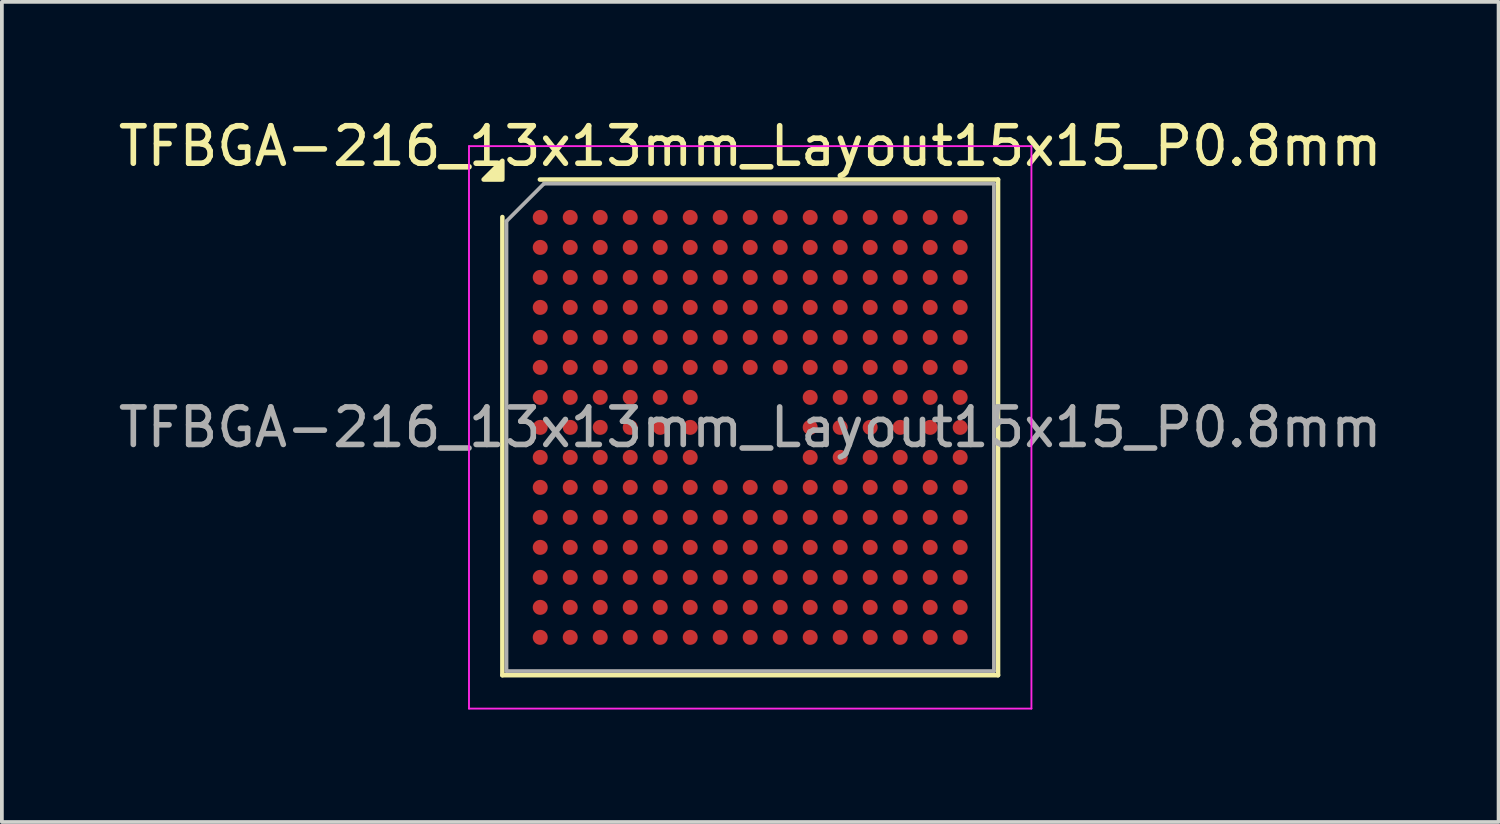
<source format=kicad_pcb>
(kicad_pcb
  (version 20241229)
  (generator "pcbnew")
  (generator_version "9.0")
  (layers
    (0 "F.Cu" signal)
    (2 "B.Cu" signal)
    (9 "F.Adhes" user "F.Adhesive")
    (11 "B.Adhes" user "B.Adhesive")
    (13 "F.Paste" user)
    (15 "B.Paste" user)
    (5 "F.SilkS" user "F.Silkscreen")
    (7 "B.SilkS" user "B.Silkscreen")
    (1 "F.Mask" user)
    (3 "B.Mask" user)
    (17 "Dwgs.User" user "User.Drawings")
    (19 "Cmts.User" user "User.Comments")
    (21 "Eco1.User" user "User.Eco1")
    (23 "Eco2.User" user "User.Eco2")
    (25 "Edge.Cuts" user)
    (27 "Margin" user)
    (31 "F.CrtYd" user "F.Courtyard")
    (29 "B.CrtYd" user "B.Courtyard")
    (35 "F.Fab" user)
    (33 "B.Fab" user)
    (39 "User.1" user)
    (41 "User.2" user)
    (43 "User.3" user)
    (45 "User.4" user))
  (footprint "TFBGA-216_13x13mm_Layout15x15_P0.8mm"
    (layer "F.Cu")
    (at 16.958 8.348)
    (property "Reference" "TFBGA-216_13x13mm_Layout15x15_P0.8mm" (at 0 -7.5 0) (layer "F.SilkS") (effects (font (size 1 1) (thickness 0.15))))
    (attr smd)
    (fp_line (start -6.61 6.61) (end -6.61 -5.61) (stroke (width 0.12) (type solid)) (layer "F.SilkS"))
    (fp_line (start -5.61 -6.61) (end 6.61 -6.61) (stroke (width 0.12) (type solid)) (layer "F.SilkS"))
    (fp_line (start 6.61 -6.61) (end 6.61 6.61) (stroke (width 0.12) (type solid)) (layer "F.SilkS"))
    (fp_line (start 6.61 6.61) (end -6.61 6.61) (stroke (width 0.12) (type solid)) (layer "F.SilkS"))
    (fp_poly (pts (xy -6.61 -6.61) (xy -7.11 -6.61) (xy -6.61 -7.11) (xy -6.61 -6.61)) (stroke (width 0.12) (type solid)) (fill yes) (layer "F.SilkS"))
    (fp_line (start -7.5 -7.5) (end -7.5 7.5) (stroke (width 0.05) (type solid)) (layer "F.CrtYd"))
    (fp_line (start -7.5 7.5) (end 7.5 7.5) (stroke (width 0.05) (type solid)) (layer "F.CrtYd"))
    (fp_line (start 7.5 -7.5) (end -7.5 -7.5) (stroke (width 0.05) (type solid)) (layer "F.CrtYd"))
    (fp_line (start 7.5 7.5) (end 7.5 -7.5) (stroke (width 0.05) (type solid)) (layer "F.CrtYd"))
    (fp_line (start -6.5 -5.5) (end -5.5 -6.5) (stroke (width 0.1) (type solid)) (layer "F.Fab"))
    (fp_line (start -6.5 6.5) (end -6.5 -5.5) (stroke (width 0.1) (type solid)) (layer "F.Fab"))
    (fp_line (start -5.5 -6.5) (end 6.5 -6.5) (stroke (width 0.1) (type solid)) (layer "F.Fab"))
    (fp_line (start 6.5 -6.5) (end 6.5 6.5) (stroke (width 0.1) (type solid)) (layer "F.Fab"))
    (fp_line (start 6.5 6.5) (end -6.5 6.5) (stroke (width 0.1) (type solid)) (layer "F.Fab"))
    (fp_text user "${REFERENCE}" (at 0 0 0) (layer "F.Fab") (effects (font (size 1 1) (thickness 0.15))))
    (pad "A1" smd circle (at -5.6 -5.6) (size 0.4 0.4) (property pad_prop_bga) (layers "F.Cu" "F.Mask" "F.Paste"))
    (pad "A2" smd circle (at -4.8 -5.6) (size 0.4 0.4) (property pad_prop_bga) (layers "F.Cu" "F.Mask" "F.Paste"))
    (pad "A3" smd circle (at -4 -5.6) (size 0.4 0.4) (property pad_prop_bga) (layers "F.Cu" "F.Mask" "F.Paste"))
    (pad "A4" smd circle (at -3.2 -5.6) (size 0.4 0.4) (property pad_prop_bga) (layers "F.Cu" "F.Mask" "F.Paste"))
    (pad "A5" smd circle (at -2.4 -5.6) (size 0.4 0.4) (property pad_prop_bga) (layers "F.Cu" "F.Mask" "F.Paste"))
    (pad "A6" smd circle (at -1.6 -5.6) (size 0.4 0.4) (property pad_prop_bga) (layers "F.Cu" "F.Mask" "F.Paste"))
    (pad "A7" smd circle (at -0.8 -5.6) (size 0.4 0.4) (property pad_prop_bga) (layers "F.Cu" "F.Mask" "F.Paste"))
    (pad "A8" smd circle (at 0 -5.6) (size 0.4 0.4) (property pad_prop_bga) (layers "F.Cu" "F.Mask" "F.Paste"))
    (pad "A9" smd circle (at 0.8 -5.6) (size 0.4 0.4) (property pad_prop_bga) (layers "F.Cu" "F.Mask" "F.Paste"))
    (pad "A10" smd circle (at 1.6 -5.6) (size 0.4 0.4) (property pad_prop_bga) (layers "F.Cu" "F.Mask" "F.Paste"))
    (pad "A11" smd circle (at 2.4 -5.6) (size 0.4 0.4) (property pad_prop_bga) (layers "F.Cu" "F.Mask" "F.Paste"))
    (pad "A12" smd circle (at 3.2 -5.6) (size 0.4 0.4) (property pad_prop_bga) (layers "F.Cu" "F.Mask" "F.Paste"))
    (pad "A13" smd circle (at 4 -5.6) (size 0.4 0.4) (property pad_prop_bga) (layers "F.Cu" "F.Mask" "F.Paste"))
    (pad "A14" smd circle (at 4.8 -5.6) (size 0.4 0.4) (property pad_prop_bga) (layers "F.Cu" "F.Mask" "F.Paste"))
    (pad "A15" smd circle (at 5.6 -5.6) (size 0.4 0.4) (property pad_prop_bga) (layers "F.Cu" "F.Mask" "F.Paste"))
    (pad "B1" smd circle (at -5.6 -4.8) (size 0.4 0.4) (property pad_prop_bga) (layers "F.Cu" "F.Mask" "F.Paste"))
    (pad "B2" smd circle (at -4.8 -4.8) (size 0.4 0.4) (property pad_prop_bga) (layers "F.Cu" "F.Mask" "F.Paste"))
    (pad "B3" smd circle (at -4 -4.8) (size 0.4 0.4) (property pad_prop_bga) (layers "F.Cu" "F.Mask" "F.Paste"))
    (pad "B4" smd circle (at -3.2 -4.8) (size 0.4 0.4) (property pad_prop_bga) (layers "F.Cu" "F.Mask" "F.Paste"))
    (pad "B5" smd circle (at -2.4 -4.8) (size 0.4 0.4) (property pad_prop_bga) (layers "F.Cu" "F.Mask" "F.Paste"))
    (pad "B6" smd circle (at -1.6 -4.8) (size 0.4 0.4) (property pad_prop_bga) (layers "F.Cu" "F.Mask" "F.Paste"))
    (pad "B7" smd circle (at -0.8 -4.8) (size 0.4 0.4) (property pad_prop_bga) (layers "F.Cu" "F.Mask" "F.Paste"))
    (pad "B8" smd circle (at 0 -4.8) (size 0.4 0.4) (property pad_prop_bga) (layers "F.Cu" "F.Mask" "F.Paste"))
    (pad "B9" smd circle (at 0.8 -4.8) (size 0.4 0.4) (property pad_prop_bga) (layers "F.Cu" "F.Mask" "F.Paste"))
    (pad "B10" smd circle (at 1.6 -4.8) (size 0.4 0.4) (property pad_prop_bga) (layers "F.Cu" "F.Mask" "F.Paste"))
    (pad "B11" smd circle (at 2.4 -4.8) (size 0.4 0.4) (property pad_prop_bga) (layers "F.Cu" "F.Mask" "F.Paste"))
    (pad "B12" smd circle (at 3.2 -4.8) (size 0.4 0.4) (property pad_prop_bga) (layers "F.Cu" "F.Mask" "F.Paste"))
    (pad "B13" smd circle (at 4 -4.8) (size 0.4 0.4) (property pad_prop_bga) (layers "F.Cu" "F.Mask" "F.Paste"))
    (pad "B14" smd circle (at 4.8 -4.8) (size 0.4 0.4) (property pad_prop_bga) (layers "F.Cu" "F.Mask" "F.Paste"))
    (pad "B15" smd circle (at 5.6 -4.8) (size 0.4 0.4) (property pad_prop_bga) (layers "F.Cu" "F.Mask" "F.Paste"))
    (pad "C1" smd circle (at -5.6 -4) (size 0.4 0.4) (property pad_prop_bga) (layers "F.Cu" "F.Mask" "F.Paste"))
    (pad "C2" smd circle (at -4.8 -4) (size 0.4 0.4) (property pad_prop_bga) (layers "F.Cu" "F.Mask" "F.Paste"))
    (pad "C3" smd circle (at -4 -4) (size 0.4 0.4) (property pad_prop_bga) (layers "F.Cu" "F.Mask" "F.Paste"))
    (pad "C4" smd circle (at -3.2 -4) (size 0.4 0.4) (property pad_prop_bga) (layers "F.Cu" "F.Mask" "F.Paste"))
    (pad "C5" smd circle (at -2.4 -4) (size 0.4 0.4) (property pad_prop_bga) (layers "F.Cu" "F.Mask" "F.Paste"))
    (pad "C6" smd circle (at -1.6 -4) (size 0.4 0.4) (property pad_prop_bga) (layers "F.Cu" "F.Mask" "F.Paste"))
    (pad "C7" smd circle (at -0.8 -4) (size 0.4 0.4) (property pad_prop_bga) (layers "F.Cu" "F.Mask" "F.Paste"))
    (pad "C8" smd circle (at 0 -4) (size 0.4 0.4) (property pad_prop_bga) (layers "F.Cu" "F.Mask" "F.Paste"))
    (pad "C9" smd circle (at 0.8 -4) (size 0.4 0.4) (property pad_prop_bga) (layers "F.Cu" "F.Mask" "F.Paste"))
    (pad "C10" smd circle (at 1.6 -4) (size 0.4 0.4) (property pad_prop_bga) (layers "F.Cu" "F.Mask" "F.Paste"))
    (pad "C11" smd circle (at 2.4 -4) (size 0.4 0.4) (property pad_prop_bga) (layers "F.Cu" "F.Mask" "F.Paste"))
    (pad "C12" smd circle (at 3.2 -4) (size 0.4 0.4) (property pad_prop_bga) (layers "F.Cu" "F.Mask" "F.Paste"))
    (pad "C13" smd circle (at 4 -4) (size 0.4 0.4) (property pad_prop_bga) (layers "F.Cu" "F.Mask" "F.Paste"))
    (pad "C14" smd circle (at 4.8 -4) (size 0.4 0.4) (property pad_prop_bga) (layers "F.Cu" "F.Mask" "F.Paste"))
    (pad "C15" smd circle (at 5.6 -4) (size 0.4 0.4) (property pad_prop_bga) (layers "F.Cu" "F.Mask" "F.Paste"))
    (pad "D1" smd circle (at -5.6 -3.2) (size 0.4 0.4) (property pad_prop_bga) (layers "F.Cu" "F.Mask" "F.Paste"))
    (pad "D2" smd circle (at -4.8 -3.2) (size 0.4 0.4) (property pad_prop_bga) (layers "F.Cu" "F.Mask" "F.Paste"))
    (pad "D3" smd circle (at -4 -3.2) (size 0.4 0.4) (property pad_prop_bga) (layers "F.Cu" "F.Mask" "F.Paste"))
    (pad "D4" smd circle (at -3.2 -3.2) (size 0.4 0.4) (property pad_prop_bga) (layers "F.Cu" "F.Mask" "F.Paste"))
    (pad "D5" smd circle (at -2.4 -3.2) (size 0.4 0.4) (property pad_prop_bga) (layers "F.Cu" "F.Mask" "F.Paste"))
    (pad "D6" smd circle (at -1.6 -3.2) (size 0.4 0.4) (property pad_prop_bga) (layers "F.Cu" "F.Mask" "F.Paste"))
    (pad "D7" smd circle (at -0.8 -3.2) (size 0.4 0.4) (property pad_prop_bga) (layers "F.Cu" "F.Mask" "F.Paste"))
    (pad "D8" smd circle (at 0 -3.2) (size 0.4 0.4) (property pad_prop_bga) (layers "F.Cu" "F.Mask" "F.Paste"))
    (pad "D9" smd circle (at 0.8 -3.2) (size 0.4 0.4) (property pad_prop_bga) (layers "F.Cu" "F.Mask" "F.Paste"))
    (pad "D10" smd circle (at 1.6 -3.2) (size 0.4 0.4) (property pad_prop_bga) (layers "F.Cu" "F.Mask" "F.Paste"))
    (pad "D11" smd circle (at 2.4 -3.2) (size 0.4 0.4) (property pad_prop_bga) (layers "F.Cu" "F.Mask" "F.Paste"))
    (pad "D12" smd circle (at 3.2 -3.2) (size 0.4 0.4) (property pad_prop_bga) (layers "F.Cu" "F.Mask" "F.Paste"))
    (pad "D13" smd circle (at 4 -3.2) (size 0.4 0.4) (property pad_prop_bga) (layers "F.Cu" "F.Mask" "F.Paste"))
    (pad "D14" smd circle (at 4.8 -3.2) (size 0.4 0.4) (property pad_prop_bga) (layers "F.Cu" "F.Mask" "F.Paste"))
    (pad "D15" smd circle (at 5.6 -3.2) (size 0.4 0.4) (property pad_prop_bga) (layers "F.Cu" "F.Mask" "F.Paste"))
    (pad "E1" smd circle (at -5.6 -2.4) (size 0.4 0.4) (property pad_prop_bga) (layers "F.Cu" "F.Mask" "F.Paste"))
    (pad "E2" smd circle (at -4.8 -2.4) (size 0.4 0.4) (property pad_prop_bga) (layers "F.Cu" "F.Mask" "F.Paste"))
    (pad "E3" smd circle (at -4 -2.4) (size 0.4 0.4) (property pad_prop_bga) (layers "F.Cu" "F.Mask" "F.Paste"))
    (pad "E4" smd circle (at -3.2 -2.4) (size 0.4 0.4) (property pad_prop_bga) (layers "F.Cu" "F.Mask" "F.Paste"))
    (pad "E5" smd circle (at -2.4 -2.4) (size 0.4 0.4) (property pad_prop_bga) (layers "F.Cu" "F.Mask" "F.Paste"))
    (pad "E6" smd circle (at -1.6 -2.4) (size 0.4 0.4) (property pad_prop_bga) (layers "F.Cu" "F.Mask" "F.Paste"))
    (pad "E7" smd circle (at -0.8 -2.4) (size 0.4 0.4) (property pad_prop_bga) (layers "F.Cu" "F.Mask" "F.Paste"))
    (pad "E8" smd circle (at 0 -2.4) (size 0.4 0.4) (property pad_prop_bga) (layers "F.Cu" "F.Mask" "F.Paste"))
    (pad "E9" smd circle (at 0.8 -2.4) (size 0.4 0.4) (property pad_prop_bga) (layers "F.Cu" "F.Mask" "F.Paste"))
    (pad "E10" smd circle (at 1.6 -2.4) (size 0.4 0.4) (property pad_prop_bga) (layers "F.Cu" "F.Mask" "F.Paste"))
    (pad "E11" smd circle (at 2.4 -2.4) (size 0.4 0.4) (property pad_prop_bga) (layers "F.Cu" "F.Mask" "F.Paste"))
    (pad "E12" smd circle (at 3.2 -2.4) (size 0.4 0.4) (property pad_prop_bga) (layers "F.Cu" "F.Mask" "F.Paste"))
    (pad "E13" smd circle (at 4 -2.4) (size 0.4 0.4) (property pad_prop_bga) (layers "F.Cu" "F.Mask" "F.Paste"))
    (pad "E14" smd circle (at 4.8 -2.4) (size 0.4 0.4) (property pad_prop_bga) (layers "F.Cu" "F.Mask" "F.Paste"))
    (pad "E15" smd circle (at 5.6 -2.4) (size 0.4 0.4) (property pad_prop_bga) (layers "F.Cu" "F.Mask" "F.Paste"))
    (pad "F1" smd circle (at -5.6 -1.6) (size 0.4 0.4) (property pad_prop_bga) (layers "F.Cu" "F.Mask" "F.Paste"))
    (pad "F2" smd circle (at -4.8 -1.6) (size 0.4 0.4) (property pad_prop_bga) (layers "F.Cu" "F.Mask" "F.Paste"))
    (pad "F3" smd circle (at -4 -1.6) (size 0.4 0.4) (property pad_prop_bga) (layers "F.Cu" "F.Mask" "F.Paste"))
    (pad "F4" smd circle (at -3.2 -1.6) (size 0.4 0.4) (property pad_prop_bga) (layers "F.Cu" "F.Mask" "F.Paste"))
    (pad "F5" smd circle (at -2.4 -1.6) (size 0.4 0.4) (property pad_prop_bga) (layers "F.Cu" "F.Mask" "F.Paste"))
    (pad "F6" smd circle (at -1.6 -1.6) (size 0.4 0.4) (property pad_prop_bga) (layers "F.Cu" "F.Mask" "F.Paste"))
    (pad "F7" smd circle (at -0.8 -1.6) (size 0.4 0.4) (property pad_prop_bga) (layers "F.Cu" "F.Mask" "F.Paste"))
    (pad "F8" smd circle (at 0 -1.6) (size 0.4 0.4) (property pad_prop_bga) (layers "F.Cu" "F.Mask" "F.Paste"))
    (pad "F9" smd circle (at 0.8 -1.6) (size 0.4 0.4) (property pad_prop_bga) (layers "F.Cu" "F.Mask" "F.Paste"))
    (pad "F10" smd circle (at 1.6 -1.6) (size 0.4 0.4) (property pad_prop_bga) (layers "F.Cu" "F.Mask" "F.Paste"))
    (pad "F11" smd circle (at 2.4 -1.6) (size 0.4 0.4) (property pad_prop_bga) (layers "F.Cu" "F.Mask" "F.Paste"))
    (pad "F12" smd circle (at 3.2 -1.6) (size 0.4 0.4) (property pad_prop_bga) (layers "F.Cu" "F.Mask" "F.Paste"))
    (pad "F13" smd circle (at 4 -1.6) (size 0.4 0.4) (property pad_prop_bga) (layers "F.Cu" "F.Mask" "F.Paste"))
    (pad "F14" smd circle (at 4.8 -1.6) (size 0.4 0.4) (property pad_prop_bga) (layers "F.Cu" "F.Mask" "F.Paste"))
    (pad "F15" smd circle (at 5.6 -1.6) (size 0.4 0.4) (property pad_prop_bga) (layers "F.Cu" "F.Mask" "F.Paste"))
    (pad "G1" smd circle (at -5.6 -0.8) (size 0.4 0.4) (property pad_prop_bga) (layers "F.Cu" "F.Mask" "F.Paste"))
    (pad "G2" smd circle (at -4.8 -0.8) (size 0.4 0.4) (property pad_prop_bga) (layers "F.Cu" "F.Mask" "F.Paste"))
    (pad "G3" smd circle (at -4 -0.8) (size 0.4 0.4) (property pad_prop_bga) (layers "F.Cu" "F.Mask" "F.Paste"))
    (pad "G4" smd circle (at -3.2 -0.8) (size 0.4 0.4) (property pad_prop_bga) (layers "F.Cu" "F.Mask" "F.Paste"))
    (pad "G5" smd circle (at -2.4 -0.8) (size 0.4 0.4) (property pad_prop_bga) (layers "F.Cu" "F.Mask" "F.Paste"))
    (pad "G6" smd circle (at -1.6 -0.8) (size 0.4 0.4) (property pad_prop_bga) (layers "F.Cu" "F.Mask" "F.Paste"))
    (pad "G10" smd circle (at 1.6 -0.8) (size 0.4 0.4) (property pad_prop_bga) (layers "F.Cu" "F.Mask" "F.Paste"))
    (pad "G11" smd circle (at 2.4 -0.8) (size 0.4 0.4) (property pad_prop_bga) (layers "F.Cu" "F.Mask" "F.Paste"))
    (pad "G12" smd circle (at 3.2 -0.8) (size 0.4 0.4) (property pad_prop_bga) (layers "F.Cu" "F.Mask" "F.Paste"))
    (pad "G13" smd circle (at 4 -0.8) (size 0.4 0.4) (property pad_prop_bga) (layers "F.Cu" "F.Mask" "F.Paste"))
    (pad "G14" smd circle (at 4.8 -0.8) (size 0.4 0.4) (property pad_prop_bga) (layers "F.Cu" "F.Mask" "F.Paste"))
    (pad "G15" smd circle (at 5.6 -0.8) (size 0.4 0.4) (property pad_prop_bga) (layers "F.Cu" "F.Mask" "F.Paste"))
    (pad "H1" smd circle (at -5.6 0) (size 0.4 0.4) (property pad_prop_bga) (layers "F.Cu" "F.Mask" "F.Paste"))
    (pad "H2" smd circle (at -4.8 0) (size 0.4 0.4) (property pad_prop_bga) (layers "F.Cu" "F.Mask" "F.Paste"))
    (pad "H3" smd circle (at -4 0) (size 0.4 0.4) (property pad_prop_bga) (layers "F.Cu" "F.Mask" "F.Paste"))
    (pad "H4" smd circle (at -3.2 0) (size 0.4 0.4) (property pad_prop_bga) (layers "F.Cu" "F.Mask" "F.Paste"))
    (pad "H5" smd circle (at -2.4 0) (size 0.4 0.4) (property pad_prop_bga) (layers "F.Cu" "F.Mask" "F.Paste"))
    (pad "H6" smd circle (at -1.6 0) (size 0.4 0.4) (property pad_prop_bga) (layers "F.Cu" "F.Mask" "F.Paste"))
    (pad "H10" smd circle (at 1.6 0) (size 0.4 0.4) (property pad_prop_bga) (layers "F.Cu" "F.Mask" "F.Paste"))
    (pad "H11" smd circle (at 2.4 0) (size 0.4 0.4) (property pad_prop_bga) (layers "F.Cu" "F.Mask" "F.Paste"))
    (pad "H12" smd circle (at 3.2 0) (size 0.4 0.4) (property pad_prop_bga) (layers "F.Cu" "F.Mask" "F.Paste"))
    (pad "H13" smd circle (at 4 0) (size 0.4 0.4) (property pad_prop_bga) (layers "F.Cu" "F.Mask" "F.Paste"))
    (pad "H14" smd circle (at 4.8 0) (size 0.4 0.4) (property pad_prop_bga) (layers "F.Cu" "F.Mask" "F.Paste"))
    (pad "H15" smd circle (at 5.6 0) (size 0.4 0.4) (property pad_prop_bga) (layers "F.Cu" "F.Mask" "F.Paste"))
    (pad "J1" smd circle (at -5.6 0.8) (size 0.4 0.4) (property pad_prop_bga) (layers "F.Cu" "F.Mask" "F.Paste"))
    (pad "J2" smd circle (at -4.8 0.8) (size 0.4 0.4) (property pad_prop_bga) (layers "F.Cu" "F.Mask" "F.Paste"))
    (pad "J3" smd circle (at -4 0.8) (size 0.4 0.4) (property pad_prop_bga) (layers "F.Cu" "F.Mask" "F.Paste"))
    (pad "J4" smd circle (at -3.2 0.8) (size 0.4 0.4) (property pad_prop_bga) (layers "F.Cu" "F.Mask" "F.Paste"))
    (pad "J5" smd circle (at -2.4 0.8) (size 0.4 0.4) (property pad_prop_bga) (layers "F.Cu" "F.Mask" "F.Paste"))
    (pad "J6" smd circle (at -1.6 0.8) (size 0.4 0.4) (property pad_prop_bga) (layers "F.Cu" "F.Mask" "F.Paste"))
    (pad "J10" smd circle (at 1.6 0.8) (size 0.4 0.4) (property pad_prop_bga) (layers "F.Cu" "F.Mask" "F.Paste"))
    (pad "J11" smd circle (at 2.4 0.8) (size 0.4 0.4) (property pad_prop_bga) (layers "F.Cu" "F.Mask" "F.Paste"))
    (pad "J12" smd circle (at 3.2 0.8) (size 0.4 0.4) (property pad_prop_bga) (layers "F.Cu" "F.Mask" "F.Paste"))
    (pad "J13" smd circle (at 4 0.8) (size 0.4 0.4) (property pad_prop_bga) (layers "F.Cu" "F.Mask" "F.Paste"))
    (pad "J14" smd circle (at 4.8 0.8) (size 0.4 0.4) (property pad_prop_bga) (layers "F.Cu" "F.Mask" "F.Paste"))
    (pad "J15" smd circle (at 5.6 0.8) (size 0.4 0.4) (property pad_prop_bga) (layers "F.Cu" "F.Mask" "F.Paste"))
    (pad "K1" smd circle (at -5.6 1.6) (size 0.4 0.4) (property pad_prop_bga) (layers "F.Cu" "F.Mask" "F.Paste"))
    (pad "K2" smd circle (at -4.8 1.6) (size 0.4 0.4) (property pad_prop_bga) (layers "F.Cu" "F.Mask" "F.Paste"))
    (pad "K3" smd circle (at -4 1.6) (size 0.4 0.4) (property pad_prop_bga) (layers "F.Cu" "F.Mask" "F.Paste"))
    (pad "K4" smd circle (at -3.2 1.6) (size 0.4 0.4) (property pad_prop_bga) (layers "F.Cu" "F.Mask" "F.Paste"))
    (pad "K5" smd circle (at -2.4 1.6) (size 0.4 0.4) (property pad_prop_bga) (layers "F.Cu" "F.Mask" "F.Paste"))
    (pad "K6" smd circle (at -1.6 1.6) (size 0.4 0.4) (property pad_prop_bga) (layers "F.Cu" "F.Mask" "F.Paste"))
    (pad "K7" smd circle (at -0.8 1.6) (size 0.4 0.4) (property pad_prop_bga) (layers "F.Cu" "F.Mask" "F.Paste"))
    (pad "K8" smd circle (at 0 1.6) (size 0.4 0.4) (property pad_prop_bga) (layers "F.Cu" "F.Mask" "F.Paste"))
    (pad "K9" smd circle (at 0.8 1.6) (size 0.4 0.4) (property pad_prop_bga) (layers "F.Cu" "F.Mask" "F.Paste"))
    (pad "K10" smd circle (at 1.6 1.6) (size 0.4 0.4) (property pad_prop_bga) (layers "F.Cu" "F.Mask" "F.Paste"))
    (pad "K11" smd circle (at 2.4 1.6) (size 0.4 0.4) (property pad_prop_bga) (layers "F.Cu" "F.Mask" "F.Paste"))
    (pad "K12" smd circle (at 3.2 1.6) (size 0.4 0.4) (property pad_prop_bga) (layers "F.Cu" "F.Mask" "F.Paste"))
    (pad "K13" smd circle (at 4 1.6) (size 0.4 0.4) (property pad_prop_bga) (layers "F.Cu" "F.Mask" "F.Paste"))
    (pad "K14" smd circle (at 4.8 1.6) (size 0.4 0.4) (property pad_prop_bga) (layers "F.Cu" "F.Mask" "F.Paste"))
    (pad "K15" smd circle (at 5.6 1.6) (size 0.4 0.4) (property pad_prop_bga) (layers "F.Cu" "F.Mask" "F.Paste"))
    (pad "L1" smd circle (at -5.6 2.4) (size 0.4 0.4) (property pad_prop_bga) (layers "F.Cu" "F.Mask" "F.Paste"))
    (pad "L2" smd circle (at -4.8 2.4) (size 0.4 0.4) (property pad_prop_bga) (layers "F.Cu" "F.Mask" "F.Paste"))
    (pad "L3" smd circle (at -4 2.4) (size 0.4 0.4) (property pad_prop_bga) (layers "F.Cu" "F.Mask" "F.Paste"))
    (pad "L4" smd circle (at -3.2 2.4) (size 0.4 0.4) (property pad_prop_bga) (layers "F.Cu" "F.Mask" "F.Paste"))
    (pad "L5" smd circle (at -2.4 2.4) (size 0.4 0.4) (property pad_prop_bga) (layers "F.Cu" "F.Mask" "F.Paste"))
    (pad "L6" smd circle (at -1.6 2.4) (size 0.4 0.4) (property pad_prop_bga) (layers "F.Cu" "F.Mask" "F.Paste"))
    (pad "L7" smd circle (at -0.8 2.4) (size 0.4 0.4) (property pad_prop_bga) (layers "F.Cu" "F.Mask" "F.Paste"))
    (pad "L8" smd circle (at 0 2.4) (size 0.4 0.4) (property pad_prop_bga) (layers "F.Cu" "F.Mask" "F.Paste"))
    (pad "L9" smd circle (at 0.8 2.4) (size 0.4 0.4) (property pad_prop_bga) (layers "F.Cu" "F.Mask" "F.Paste"))
    (pad "L10" smd circle (at 1.6 2.4) (size 0.4 0.4) (property pad_prop_bga) (layers "F.Cu" "F.Mask" "F.Paste"))
    (pad "L11" smd circle (at 2.4 2.4) (size 0.4 0.4) (property pad_prop_bga) (layers "F.Cu" "F.Mask" "F.Paste"))
    (pad "L12" smd circle (at 3.2 2.4) (size 0.4 0.4) (property pad_prop_bga) (layers "F.Cu" "F.Mask" "F.Paste"))
    (pad "L13" smd circle (at 4 2.4) (size 0.4 0.4) (property pad_prop_bga) (layers "F.Cu" "F.Mask" "F.Paste"))
    (pad "L14" smd circle (at 4.8 2.4) (size 0.4 0.4) (property pad_prop_bga) (layers "F.Cu" "F.Mask" "F.Paste"))
    (pad "L15" smd circle (at 5.6 2.4) (size 0.4 0.4) (property pad_prop_bga) (layers "F.Cu" "F.Mask" "F.Paste"))
    (pad "M1" smd circle (at -5.6 3.2) (size 0.4 0.4) (property pad_prop_bga) (layers "F.Cu" "F.Mask" "F.Paste"))
    (pad "M2" smd circle (at -4.8 3.2) (size 0.4 0.4) (property pad_prop_bga) (layers "F.Cu" "F.Mask" "F.Paste"))
    (pad "M3" smd circle (at -4 3.2) (size 0.4 0.4) (property pad_prop_bga) (layers "F.Cu" "F.Mask" "F.Paste"))
    (pad "M4" smd circle (at -3.2 3.2) (size 0.4 0.4) (property pad_prop_bga) (layers "F.Cu" "F.Mask" "F.Paste"))
    (pad "M5" smd circle (at -2.4 3.2) (size 0.4 0.4) (property pad_prop_bga) (layers "F.Cu" "F.Mask" "F.Paste"))
    (pad "M6" smd circle (at -1.6 3.2) (size 0.4 0.4) (property pad_prop_bga) (layers "F.Cu" "F.Mask" "F.Paste"))
    (pad "M7" smd circle (at -0.8 3.2) (size 0.4 0.4) (property pad_prop_bga) (layers "F.Cu" "F.Mask" "F.Paste"))
    (pad "M8" smd circle (at 0 3.2) (size 0.4 0.4) (property pad_prop_bga) (layers "F.Cu" "F.Mask" "F.Paste"))
    (pad "M9" smd circle (at 0.8 3.2) (size 0.4 0.4) (property pad_prop_bga) (layers "F.Cu" "F.Mask" "F.Paste"))
    (pad "M10" smd circle (at 1.6 3.2) (size 0.4 0.4) (property pad_prop_bga) (layers "F.Cu" "F.Mask" "F.Paste"))
    (pad "M11" smd circle (at 2.4 3.2) (size 0.4 0.4) (property pad_prop_bga) (layers "F.Cu" "F.Mask" "F.Paste"))
    (pad "M12" smd circle (at 3.2 3.2) (size 0.4 0.4) (property pad_prop_bga) (layers "F.Cu" "F.Mask" "F.Paste"))
    (pad "M13" smd circle (at 4 3.2) (size 0.4 0.4) (property pad_prop_bga) (layers "F.Cu" "F.Mask" "F.Paste"))
    (pad "M14" smd circle (at 4.8 3.2) (size 0.4 0.4) (property pad_prop_bga) (layers "F.Cu" "F.Mask" "F.Paste"))
    (pad "M15" smd circle (at 5.6 3.2) (size 0.4 0.4) (property pad_prop_bga) (layers "F.Cu" "F.Mask" "F.Paste"))
    (pad "N1" smd circle (at -5.6 4) (size 0.4 0.4) (property pad_prop_bga) (layers "F.Cu" "F.Mask" "F.Paste"))
    (pad "N2" smd circle (at -4.8 4) (size 0.4 0.4) (property pad_prop_bga) (layers "F.Cu" "F.Mask" "F.Paste"))
    (pad "N3" smd circle (at -4 4) (size 0.4 0.4) (property pad_prop_bga) (layers "F.Cu" "F.Mask" "F.Paste"))
    (pad "N4" smd circle (at -3.2 4) (size 0.4 0.4) (property pad_prop_bga) (layers "F.Cu" "F.Mask" "F.Paste"))
    (pad "N5" smd circle (at -2.4 4) (size 0.4 0.4) (property pad_prop_bga) (layers "F.Cu" "F.Mask" "F.Paste"))
    (pad "N6" smd circle (at -1.6 4) (size 0.4 0.4) (property pad_prop_bga) (layers "F.Cu" "F.Mask" "F.Paste"))
    (pad "N7" smd circle (at -0.8 4) (size 0.4 0.4) (property pad_prop_bga) (layers "F.Cu" "F.Mask" "F.Paste"))
    (pad "N8" smd circle (at 0 4) (size 0.4 0.4) (property pad_prop_bga) (layers "F.Cu" "F.Mask" "F.Paste"))
    (pad "N9" smd circle (at 0.8 4) (size 0.4 0.4) (property pad_prop_bga) (layers "F.Cu" "F.Mask" "F.Paste"))
    (pad "N10" smd circle (at 1.6 4) (size 0.4 0.4) (property pad_prop_bga) (layers "F.Cu" "F.Mask" "F.Paste"))
    (pad "N11" smd circle (at 2.4 4) (size 0.4 0.4) (property pad_prop_bga) (layers "F.Cu" "F.Mask" "F.Paste"))
    (pad "N12" smd circle (at 3.2 4) (size 0.4 0.4) (property pad_prop_bga) (layers "F.Cu" "F.Mask" "F.Paste"))
    (pad "N13" smd circle (at 4 4) (size 0.4 0.4) (property pad_prop_bga) (layers "F.Cu" "F.Mask" "F.Paste"))
    (pad "N14" smd circle (at 4.8 4) (size 0.4 0.4) (property pad_prop_bga) (layers "F.Cu" "F.Mask" "F.Paste"))
    (pad "N15" smd circle (at 5.6 4) (size 0.4 0.4) (property pad_prop_bga) (layers "F.Cu" "F.Mask" "F.Paste"))
    (pad "P1" smd circle (at -5.6 4.8) (size 0.4 0.4) (property pad_prop_bga) (layers "F.Cu" "F.Mask" "F.Paste"))
    (pad "P2" smd circle (at -4.8 4.8) (size 0.4 0.4) (property pad_prop_bga) (layers "F.Cu" "F.Mask" "F.Paste"))
    (pad "P3" smd circle (at -4 4.8) (size 0.4 0.4) (property pad_prop_bga) (layers "F.Cu" "F.Mask" "F.Paste"))
    (pad "P4" smd circle (at -3.2 4.8) (size 0.4 0.4) (property pad_prop_bga) (layers "F.Cu" "F.Mask" "F.Paste"))
    (pad "P5" smd circle (at -2.4 4.8) (size 0.4 0.4) (property pad_prop_bga) (layers "F.Cu" "F.Mask" "F.Paste"))
    (pad "P6" smd circle (at -1.6 4.8) (size 0.4 0.4) (property pad_prop_bga) (layers "F.Cu" "F.Mask" "F.Paste"))
    (pad "P7" smd circle (at -0.8 4.8) (size 0.4 0.4) (property pad_prop_bga) (layers "F.Cu" "F.Mask" "F.Paste"))
    (pad "P8" smd circle (at 0 4.8) (size 0.4 0.4) (property pad_prop_bga) (layers "F.Cu" "F.Mask" "F.Paste"))
    (pad "P9" smd circle (at 0.8 4.8) (size 0.4 0.4) (property pad_prop_bga) (layers "F.Cu" "F.Mask" "F.Paste"))
    (pad "P10" smd circle (at 1.6 4.8) (size 0.4 0.4) (property pad_prop_bga) (layers "F.Cu" "F.Mask" "F.Paste"))
    (pad "P11" smd circle (at 2.4 4.8) (size 0.4 0.4) (property pad_prop_bga) (layers "F.Cu" "F.Mask" "F.Paste"))
    (pad "P12" smd circle (at 3.2 4.8) (size 0.4 0.4) (property pad_prop_bga) (layers "F.Cu" "F.Mask" "F.Paste"))
    (pad "P13" smd circle (at 4 4.8) (size 0.4 0.4) (property pad_prop_bga) (layers "F.Cu" "F.Mask" "F.Paste"))
    (pad "P14" smd circle (at 4.8 4.8) (size 0.4 0.4) (property pad_prop_bga) (layers "F.Cu" "F.Mask" "F.Paste"))
    (pad "P15" smd circle (at 5.6 4.8) (size 0.4 0.4) (property pad_prop_bga) (layers "F.Cu" "F.Mask" "F.Paste"))
    (pad "R1" smd circle (at -5.6 5.6) (size 0.4 0.4) (property pad_prop_bga) (layers "F.Cu" "F.Mask" "F.Paste"))
    (pad "R2" smd circle (at -4.8 5.6) (size 0.4 0.4) (property pad_prop_bga) (layers "F.Cu" "F.Mask" "F.Paste"))
    (pad "R3" smd circle (at -4 5.6) (size 0.4 0.4) (property pad_prop_bga) (layers "F.Cu" "F.Mask" "F.Paste"))
    (pad "R4" smd circle (at -3.2 5.6) (size 0.4 0.4) (property pad_prop_bga) (layers "F.Cu" "F.Mask" "F.Paste"))
    (pad "R5" smd circle (at -2.4 5.6) (size 0.4 0.4) (property pad_prop_bga) (layers "F.Cu" "F.Mask" "F.Paste"))
    (pad "R6" smd circle (at -1.6 5.6) (size 0.4 0.4) (property pad_prop_bga) (layers "F.Cu" "F.Mask" "F.Paste"))
    (pad "R7" smd circle (at -0.8 5.6) (size 0.4 0.4) (property pad_prop_bga) (layers "F.Cu" "F.Mask" "F.Paste"))
    (pad "R8" smd circle (at 0 5.6) (size 0.4 0.4) (property pad_prop_bga) (layers "F.Cu" "F.Mask" "F.Paste"))
    (pad "R9" smd circle (at 0.8 5.6) (size 0.4 0.4) (property pad_prop_bga) (layers "F.Cu" "F.Mask" "F.Paste"))
    (pad "R10" smd circle (at 1.6 5.6) (size 0.4 0.4) (property pad_prop_bga) (layers "F.Cu" "F.Mask" "F.Paste"))
    (pad "R11" smd circle (at 2.4 5.6) (size 0.4 0.4) (property pad_prop_bga) (layers "F.Cu" "F.Mask" "F.Paste"))
    (pad "R12" smd circle (at 3.2 5.6) (size 0.4 0.4) (property pad_prop_bga) (layers "F.Cu" "F.Mask" "F.Paste"))
    (pad "R13" smd circle (at 4 5.6) (size 0.4 0.4) (property pad_prop_bga) (layers "F.Cu" "F.Mask" "F.Paste"))
    (pad "R14" smd circle (at 4.8 5.6) (size 0.4 0.4) (property pad_prop_bga) (layers "F.Cu" "F.Mask" "F.Paste"))
    (pad "R15" smd circle (at 5.6 5.6) (size 0.4 0.4) (property pad_prop_bga) (layers "F.Cu" "F.Mask" "F.Paste")))
  (gr_rect
    (start -3 -3)
    (end 36.917 18.873)
    (stroke (width 0.1) (type default))
    (fill no)
    (layer "Edge.Cuts")))
</source>
